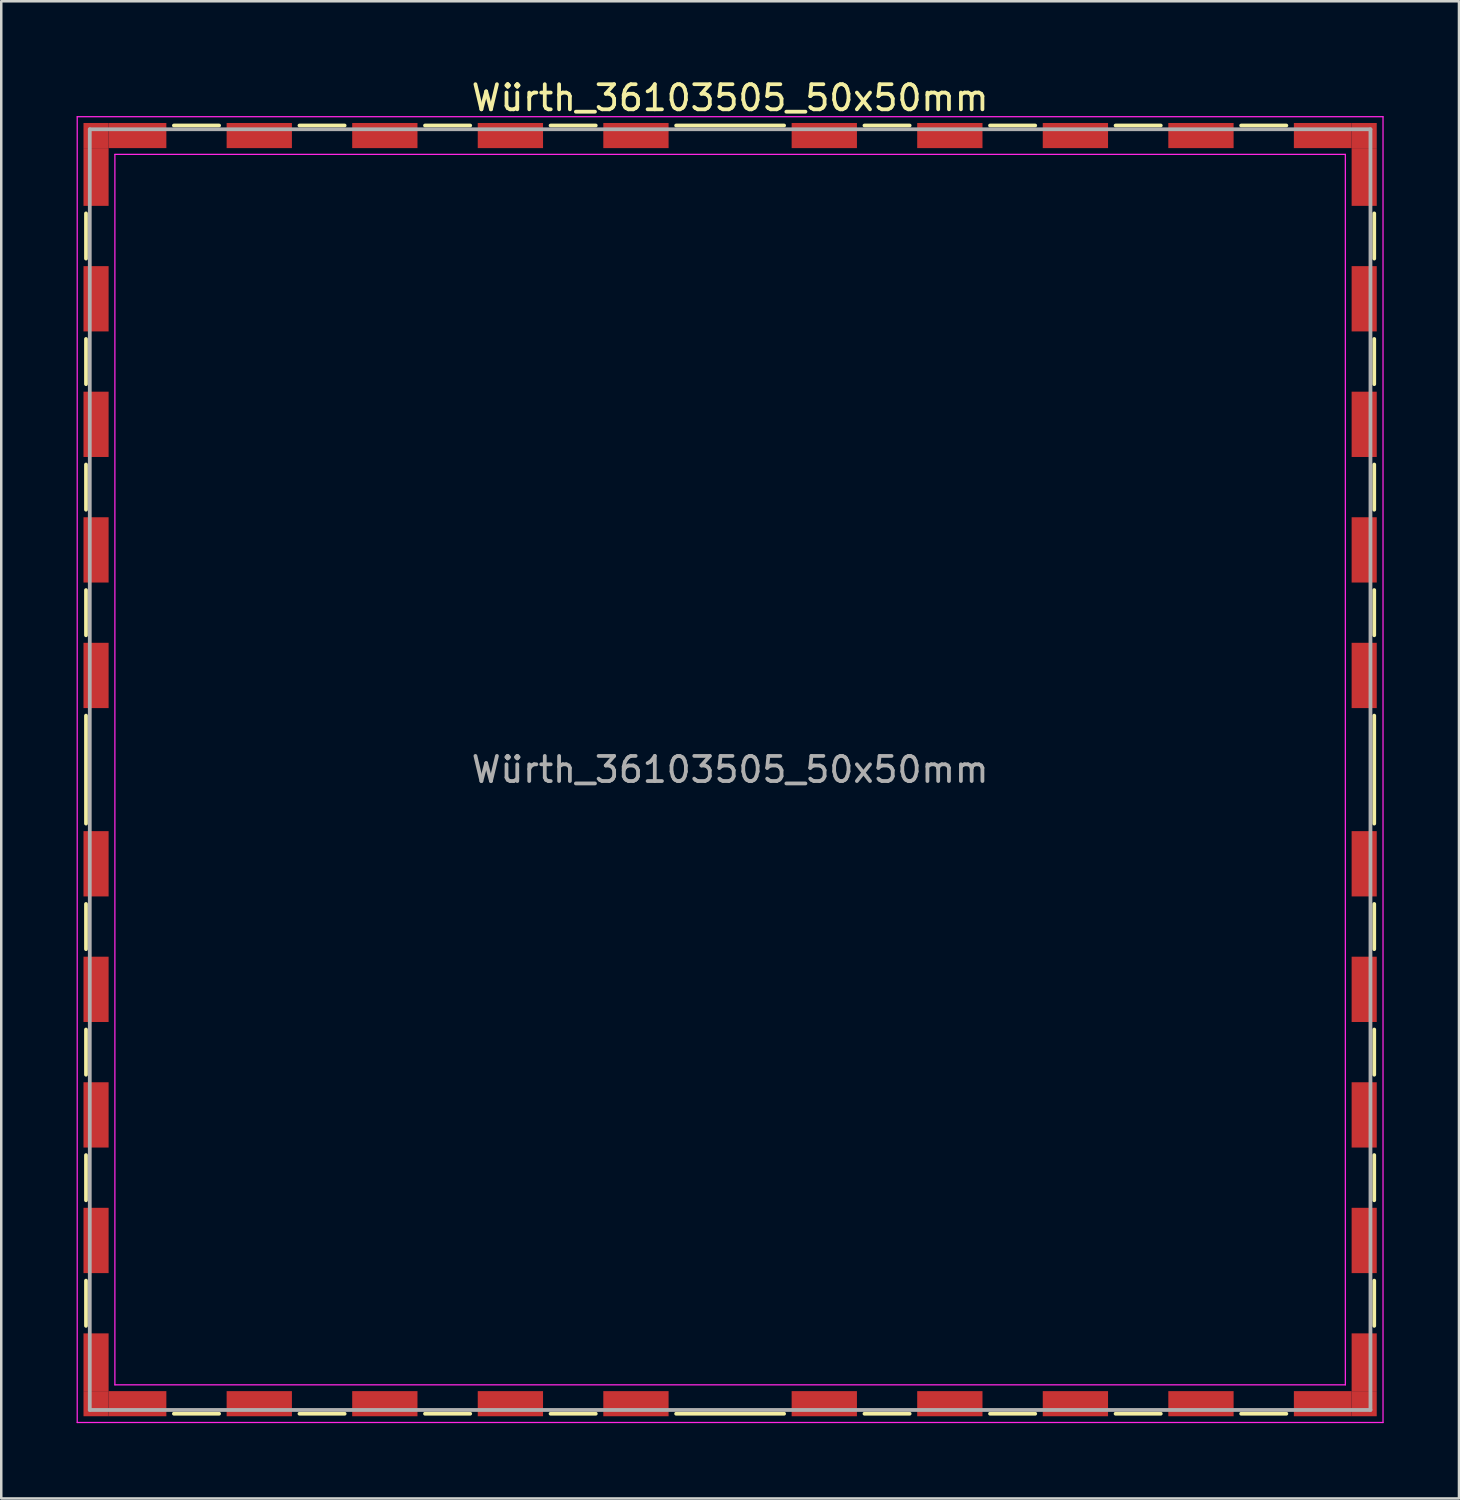
<source format=kicad_pcb>
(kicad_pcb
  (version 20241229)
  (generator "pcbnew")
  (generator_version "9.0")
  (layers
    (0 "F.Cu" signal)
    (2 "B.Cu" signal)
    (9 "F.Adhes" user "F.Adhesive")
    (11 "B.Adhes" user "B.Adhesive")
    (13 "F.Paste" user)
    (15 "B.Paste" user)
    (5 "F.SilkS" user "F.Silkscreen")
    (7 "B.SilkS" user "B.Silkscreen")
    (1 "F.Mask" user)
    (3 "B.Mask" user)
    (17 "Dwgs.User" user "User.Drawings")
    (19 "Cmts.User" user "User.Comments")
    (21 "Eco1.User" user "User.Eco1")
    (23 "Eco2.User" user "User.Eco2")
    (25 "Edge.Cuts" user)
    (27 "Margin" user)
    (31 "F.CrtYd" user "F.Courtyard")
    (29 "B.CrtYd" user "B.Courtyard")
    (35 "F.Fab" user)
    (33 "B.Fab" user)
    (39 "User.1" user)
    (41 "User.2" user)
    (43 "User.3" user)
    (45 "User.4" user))
  (footprint "Würth_36103505_50x50mm"
    (layer "F.Cu")
    (at 26.025 27.598)
    (property "Reference" "Würth_36103505_50x50mm" (at 0 -26.75 0) (layer "F.SilkS") (effects (font (size 1 1) (thickness 0.15))))
    (attr smd)
    (fp_line (start -25.65 -22.15) (end -25.65 -20.35) (stroke (width 0.15) (type solid)) (layer "F.SilkS"))
    (fp_line (start -25.65 -17.15) (end -25.65 -15.35) (stroke (width 0.15) (type solid)) (layer "F.SilkS"))
    (fp_line (start -25.65 -12.15) (end -25.65 -10.35) (stroke (width 0.15) (type solid)) (layer "F.SilkS"))
    (fp_line (start -25.65 -7.15) (end -25.65 -5.35) (stroke (width 0.15) (type solid)) (layer "F.SilkS"))
    (fp_line (start -25.65 -2.15) (end -25.65 2.15) (stroke (width 0.15) (type solid)) (layer "F.SilkS"))
    (fp_line (start -25.65 5.35) (end -25.65 7.15) (stroke (width 0.15) (type solid)) (layer "F.SilkS"))
    (fp_line (start -25.65 10.35) (end -25.65 12.15) (stroke (width 0.15) (type solid)) (layer "F.SilkS"))
    (fp_line (start -25.65 15.35) (end -25.65 17.15) (stroke (width 0.15) (type solid)) (layer "F.SilkS"))
    (fp_line (start -25.65 20.35) (end -25.65 22.15) (stroke (width 0.15) (type solid)) (layer "F.SilkS"))
    (fp_line (start -22.15 -25.65) (end -20.35 -25.65) (stroke (width 0.15) (type solid)) (layer "F.SilkS"))
    (fp_line (start -22.15 25.65) (end -20.35 25.65) (stroke (width 0.15) (type solid)) (layer "F.SilkS"))
    (fp_line (start -17.15 -25.65) (end -15.35 -25.65) (stroke (width 0.15) (type solid)) (layer "F.SilkS"))
    (fp_line (start -17.15 25.65) (end -15.35 25.65) (stroke (width 0.15) (type solid)) (layer "F.SilkS"))
    (fp_line (start -12.15 -25.65) (end -10.35 -25.65) (stroke (width 0.15) (type solid)) (layer "F.SilkS"))
    (fp_line (start -12.15 25.65) (end -10.35 25.65) (stroke (width 0.15) (type solid)) (layer "F.SilkS"))
    (fp_line (start -7.15 -25.65) (end -5.35 -25.65) (stroke (width 0.15) (type solid)) (layer "F.SilkS"))
    (fp_line (start -7.15 25.65) (end -5.35 25.65) (stroke (width 0.15) (type solid)) (layer "F.SilkS"))
    (fp_line (start -2.15 -25.65) (end 2.15 -25.65) (stroke (width 0.15) (type solid)) (layer "F.SilkS"))
    (fp_line (start -2.15 25.65) (end 2.15 25.65) (stroke (width 0.15) (type solid)) (layer "F.SilkS"))
    (fp_line (start 5.35 -25.65) (end 7.15 -25.65) (stroke (width 0.15) (type solid)) (layer "F.SilkS"))
    (fp_line (start 5.35 25.65) (end 7.15 25.65) (stroke (width 0.15) (type solid)) (layer "F.SilkS"))
    (fp_line (start 10.35 -25.65) (end 12.15 -25.65) (stroke (width 0.15) (type solid)) (layer "F.SilkS"))
    (fp_line (start 10.35 25.65) (end 12.15 25.65) (stroke (width 0.15) (type solid)) (layer "F.SilkS"))
    (fp_line (start 15.35 -25.65) (end 17.15 -25.65) (stroke (width 0.15) (type solid)) (layer "F.SilkS"))
    (fp_line (start 15.35 25.65) (end 17.15 25.65) (stroke (width 0.15) (type solid)) (layer "F.SilkS"))
    (fp_line (start 20.35 -25.65) (end 22.15 -25.65) (stroke (width 0.15) (type solid)) (layer "F.SilkS"))
    (fp_line (start 20.35 25.65) (end 22.15 25.65) (stroke (width 0.15) (type solid)) (layer "F.SilkS"))
    (fp_line (start 25.65 -22.15) (end 25.65 -20.35) (stroke (width 0.15) (type solid)) (layer "F.SilkS"))
    (fp_line (start 25.65 -17.15) (end 25.65 -15.35) (stroke (width 0.15) (type solid)) (layer "F.SilkS"))
    (fp_line (start 25.65 -12.15) (end 25.65 -10.35) (stroke (width 0.15) (type solid)) (layer "F.SilkS"))
    (fp_line (start 25.65 -7.15) (end 25.65 -5.35) (stroke (width 0.15) (type solid)) (layer "F.SilkS"))
    (fp_line (start 25.65 -2.15) (end 25.65 2.15) (stroke (width 0.15) (type solid)) (layer "F.SilkS"))
    (fp_line (start 25.65 5.35) (end 25.65 7.15) (stroke (width 0.15) (type solid)) (layer "F.SilkS"))
    (fp_line (start 25.65 10.35) (end 25.65 12.15) (stroke (width 0.15) (type solid)) (layer "F.SilkS"))
    (fp_line (start 25.65 15.35) (end 25.65 17.15) (stroke (width 0.15) (type solid)) (layer "F.SilkS"))
    (fp_line (start 25.65 20.35) (end 25.65 22.15) (stroke (width 0.15) (type solid)) (layer "F.SilkS"))
    (fp_line (start -26 -26) (end -26 26) (stroke (width 0.05) (type solid)) (layer "F.CrtYd"))
    (fp_line (start -26 26) (end 26 26) (stroke (width 0.05) (type solid)) (layer "F.CrtYd"))
    (fp_line (start -24.5 -24.5) (end -24.5 24.5) (stroke (width 0.05) (type solid)) (layer "F.CrtYd"))
    (fp_line (start -24.5 24.5) (end 24.5 24.5) (stroke (width 0.05) (type solid)) (layer "F.CrtYd"))
    (fp_line (start 24.5 -24.5) (end -24.5 -24.5) (stroke (width 0.05) (type solid)) (layer "F.CrtYd"))
    (fp_line (start 24.5 24.5) (end 24.5 -24.5) (stroke (width 0.05) (type solid)) (layer "F.CrtYd"))
    (fp_line (start 26 -26) (end -26 -26) (stroke (width 0.05) (type solid)) (layer "F.CrtYd"))
    (fp_line (start 26 26) (end 26 -26) (stroke (width 0.05) (type solid)) (layer "F.CrtYd"))
    (fp_line (start -25.5 -25.5) (end -25.5 25.5) (stroke (width 0.15) (type solid)) (layer "F.Fab"))
    (fp_line (start -25.5 25.5) (end 25.5 25.5) (stroke (width 0.15) (type solid)) (layer "F.Fab"))
    (fp_line (start 25.5 -25.5) (end -25.5 -25.5) (stroke (width 0.15) (type solid)) (layer "F.Fab"))
    (fp_line (start 25.5 25.5) (end 25.5 -25.5) (stroke (width 0.15) (type solid)) (layer "F.Fab"))
    (fp_text user "${REFERENCE}" (at 0 0 0) (layer "F.Fab") (effects (font (size 1 1) (thickness 0.15))))
    (pad "1" smd rect (at -25.25 -25.25) (size 1 1) (layers "F.Cu" "F.Mask"))
    (pad "1" smd rect (at -25.25 -23.6) (size 1 2.3) (layers "F.Cu" "F.Mask"))
    (pad "1" smd rect (at -25.25 -18.75) (size 1 2.6) (layers "F.Cu" "F.Mask"))
    (pad "1" smd rect (at -25.25 -13.75) (size 1 2.6) (layers "F.Cu" "F.Mask"))
    (pad "1" smd rect (at -25.25 -8.75) (size 1 2.6) (layers "F.Cu" "F.Mask"))
    (pad "1" smd rect (at -25.25 -3.75) (size 1 2.6) (layers "F.Cu" "F.Mask"))
    (pad "1" smd rect (at -25.25 3.75) (size 1 2.6) (layers "F.Cu" "F.Mask"))
    (pad "1" smd rect (at -25.25 8.75) (size 1 2.6) (layers "F.Cu" "F.Mask"))
    (pad "1" smd rect (at -25.25 13.75) (size 1 2.6) (layers "F.Cu" "F.Mask"))
    (pad "1" smd rect (at -25.25 18.75) (size 1 2.6) (layers "F.Cu" "F.Mask"))
    (pad "1" smd rect (at -25.25 23.6) (size 1 2.3) (layers "F.Cu" "F.Mask"))
    (pad "1" smd rect (at -25.25 25.25) (size 1 1) (layers "F.Cu" "F.Mask"))
    (pad "1" smd rect (at -23.6 -25.25) (size 2.3 1) (layers "F.Cu" "F.Mask"))
    (pad "1" smd rect (at -23.6 25.25) (size 2.3 1) (layers "F.Cu" "F.Mask"))
    (pad "1" smd rect (at -18.75 -25.25) (size 2.6 1) (layers "F.Cu" "F.Mask"))
    (pad "1" smd rect (at -18.75 25.25) (size 2.6 1) (layers "F.Cu" "F.Mask"))
    (pad "1" smd rect (at -13.75 -25.25) (size 2.6 1) (layers "F.Cu" "F.Mask"))
    (pad "1" smd rect (at -13.75 25.25) (size 2.6 1) (layers "F.Cu" "F.Mask"))
    (pad "1" smd rect (at -8.75 -25.25) (size 2.6 1) (layers "F.Cu" "F.Mask"))
    (pad "1" smd rect (at -8.75 25.25) (size 2.6 1) (layers "F.Cu" "F.Mask"))
    (pad "1" smd rect (at -3.75 -25.25) (size 2.6 1) (layers "F.Cu" "F.Mask"))
    (pad "1" smd rect (at -3.75 25.25) (size 2.6 1) (layers "F.Cu" "F.Mask"))
    (pad "1" smd rect (at 3.75 -25.25) (size 2.6 1) (layers "F.Cu" "F.Mask"))
    (pad "1" smd rect (at 3.75 25.25) (size 2.6 1) (layers "F.Cu" "F.Mask"))
    (pad "1" smd rect (at 8.75 -25.25) (size 2.6 1) (layers "F.Cu" "F.Mask"))
    (pad "1" smd rect (at 8.75 25.25) (size 2.6 1) (layers "F.Cu" "F.Mask"))
    (pad "1" smd rect (at 13.75 -25.25) (size 2.6 1) (layers "F.Cu" "F.Mask"))
    (pad "1" smd rect (at 13.75 25.25) (size 2.6 1) (layers "F.Cu" "F.Mask"))
    (pad "1" smd rect (at 18.75 -25.25) (size 2.6 1) (layers "F.Cu" "F.Mask"))
    (pad "1" smd rect (at 18.75 25.25) (size 2.6 1) (layers "F.Cu" "F.Mask"))
    (pad "1" smd rect (at 23.6 -25.25) (size 2.3 1) (layers "F.Cu" "F.Mask"))
    (pad "1" smd rect (at 23.6 25.25) (size 2.3 1) (layers "F.Cu" "F.Mask"))
    (pad "1" smd rect (at 25.25 -25.25) (size 1 1) (layers "F.Cu" "F.Mask"))
    (pad "1" smd rect (at 25.25 -23.6) (size 1 2.3) (layers "F.Cu" "F.Mask"))
    (pad "1" smd rect (at 25.25 -18.75) (size 1 2.6) (layers "F.Cu" "F.Mask"))
    (pad "1" smd rect (at 25.25 -13.75) (size 1 2.6) (layers "F.Cu" "F.Mask"))
    (pad "1" smd rect (at 25.25 -8.75) (size 1 2.6) (layers "F.Cu" "F.Mask"))
    (pad "1" smd rect (at 25.25 -3.75) (size 1 2.6) (layers "F.Cu" "F.Mask"))
    (pad "1" smd rect (at 25.25 3.75) (size 1 2.6) (layers "F.Cu" "F.Mask"))
    (pad "1" smd rect (at 25.25 8.75) (size 1 2.6) (layers "F.Cu" "F.Mask"))
    (pad "1" smd rect (at 25.25 13.75) (size 1 2.6) (layers "F.Cu" "F.Mask"))
    (pad "1" smd rect (at 25.25 18.75) (size 1 2.6) (layers "F.Cu" "F.Mask"))
    (pad "1" smd rect (at 25.25 23.6) (size 1 2.3) (layers "F.Cu" "F.Mask"))
    (pad "1" smd rect (at 25.25 25.25) (size 1 1) (layers "F.Cu" "F.Mask")))
  (gr_rect
    (start -3 -3)
    (end 55.05 56.623)
    (stroke (width 0.1) (type default))
    (fill no)
    (layer "Edge.Cuts")))
</source>
